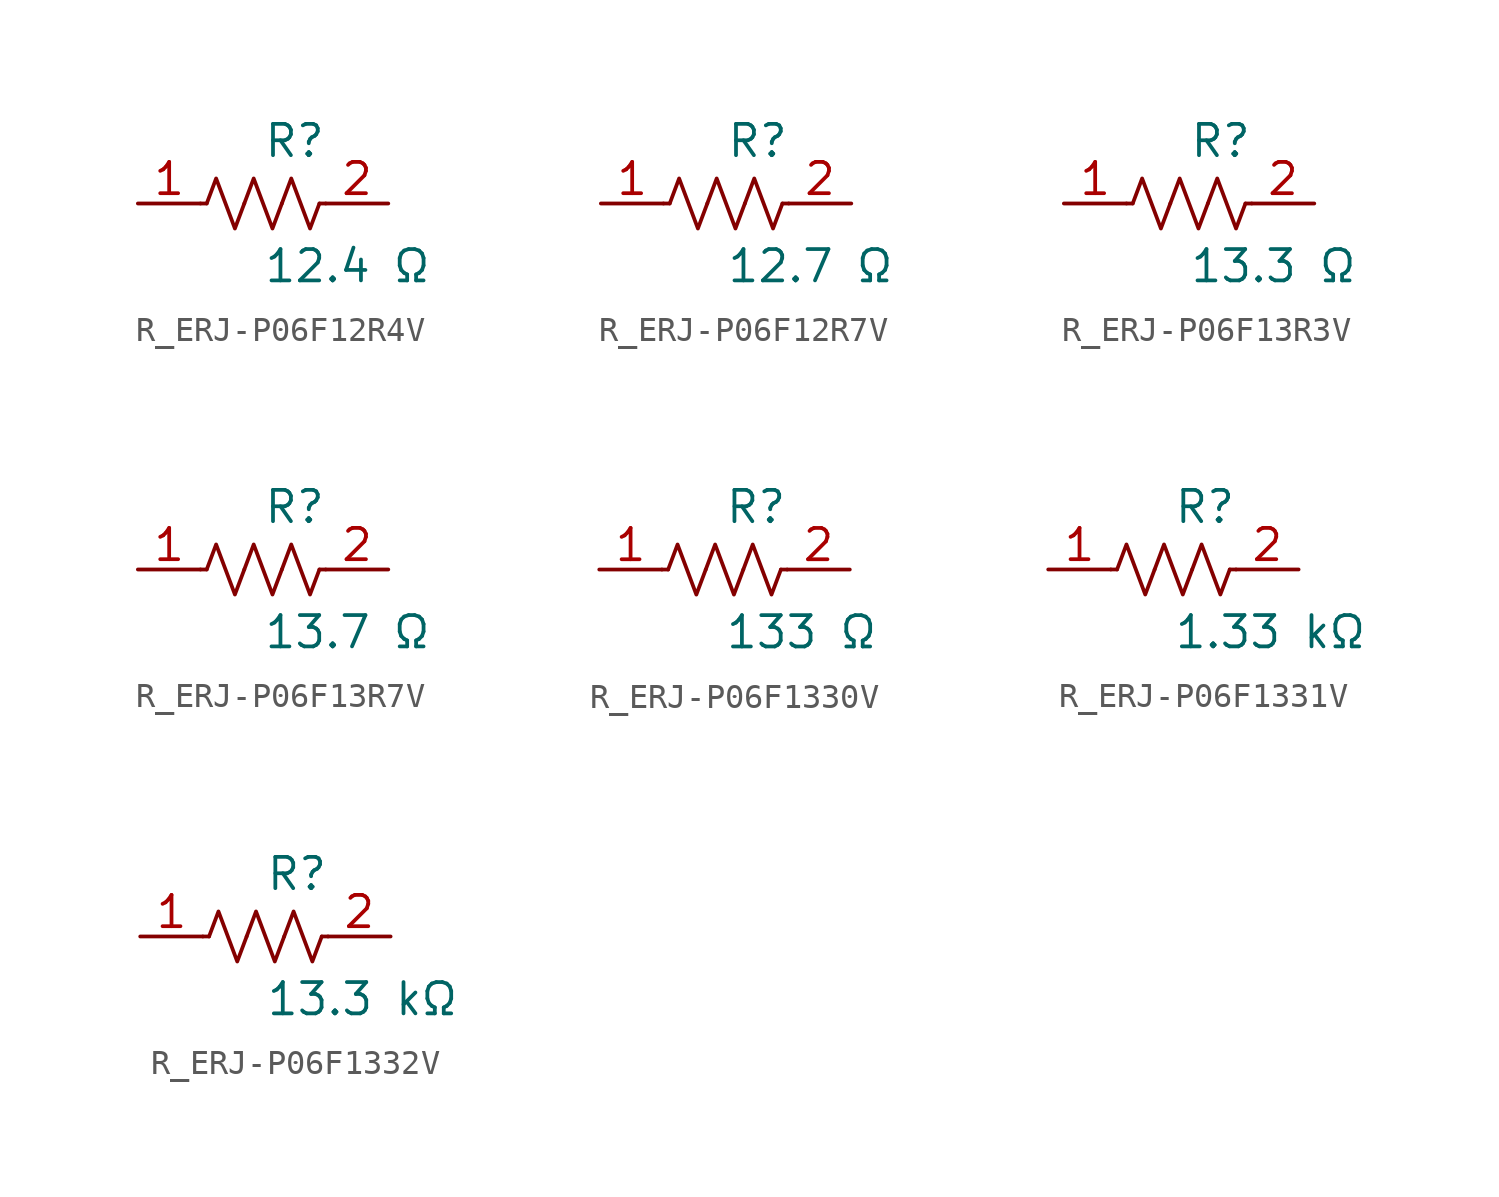
<source format=kicad_sym>
(kicad_symbol_lib
  (version 20231120)
  (generator kicad_symbol_editor)
  (generator_version 8.0)
  (symbol "R_ERJ-P06F12R4V"
    (pin_names
      (offset 0.254))
    (property "Reference" "R"
      (at 0.0 2.54 0)
      (effects (font (size 1.27 1.27)) (justify left)))
    (property "Value" "12.4 Ω"
      (at 0.0 -2.54 0)
      (effects (font (size 1.27 1.27)) (justify left)))
    (symbol "R_ERJ-P06F12R4V_0_1"
      (polyline (pts (xy 2.286 0) (xy 2.54 0)) (stroke (width 0) (type default)) (fill (type none)))
      (polyline (pts (xy -2.286 0) (xy -2.54 0)) (stroke (width 0) (type default)) (fill (type none)))
      (polyline (pts (xy 0.762 0) (xy 1.143 1.016) (xy 1.524 0) (xy 1.905 -1.016) (xy 2.286 0)) (stroke (width 0) (type default)) (fill (type none)))
      (polyline (pts (xy -0.762 0) (xy -0.381 1.016) (xy 0 0) (xy 0.381 -1.016) (xy 0.762 0)) (stroke (width 0) (type default)) (fill (type none)))
      (polyline (pts (xy -2.286 0) (xy -1.905 1.016) (xy -1.524 0) (xy -1.143 -1.016) (xy -0.762 0)) (stroke (width 0) (type default)) (fill (type none))))
    (pin unspecified line
      (at -5.08 0 0)
      (length 2.54)
      (name "" (effects (font (size 1.27 1.27))))
      (number "1" (effects (font (size 1.27 1.27)))))
    (pin unspecified line
      (at 5.08 0 180)
      (length 2.54)
      (name "" (effects (font (size 1.27 1.27))))
      (number "2" (effects (font (size 1.27 1.27))))))
  (symbol "R_ERJ-P06F12R7V"
    (pin_names
      (offset 0.254))
    (property "Reference" "R"
      (at 0.0 2.54 0)
      (effects (font (size 1.27 1.27)) (justify left)))
    (property "Value" "12.7 Ω"
      (at 0.0 -2.54 0)
      (effects (font (size 1.27 1.27)) (justify left)))
    (symbol "R_ERJ-P06F12R7V_0_1"
      (polyline (pts (xy 2.286 0) (xy 2.54 0)) (stroke (width 0) (type default)) (fill (type none)))
      (polyline (pts (xy -2.286 0) (xy -2.54 0)) (stroke (width 0) (type default)) (fill (type none)))
      (polyline (pts (xy 0.762 0) (xy 1.143 1.016) (xy 1.524 0) (xy 1.905 -1.016) (xy 2.286 0)) (stroke (width 0) (type default)) (fill (type none)))
      (polyline (pts (xy -0.762 0) (xy -0.381 1.016) (xy 0 0) (xy 0.381 -1.016) (xy 0.762 0)) (stroke (width 0) (type default)) (fill (type none)))
      (polyline (pts (xy -2.286 0) (xy -1.905 1.016) (xy -1.524 0) (xy -1.143 -1.016) (xy -0.762 0)) (stroke (width 0) (type default)) (fill (type none))))
    (pin unspecified line
      (at -5.08 0 0)
      (length 2.54)
      (name "" (effects (font (size 1.27 1.27))))
      (number "1" (effects (font (size 1.27 1.27)))))
    (pin unspecified line
      (at 5.08 0 180)
      (length 2.54)
      (name "" (effects (font (size 1.27 1.27))))
      (number "2" (effects (font (size 1.27 1.27))))))
  (symbol "R_ERJ-P06F13R3V"
    (pin_names
      (offset 0.254))
    (property "Reference" "R"
      (at 0.0 2.54 0)
      (effects (font (size 1.27 1.27)) (justify left)))
    (property "Value" "13.3 Ω"
      (at 0.0 -2.54 0)
      (effects (font (size 1.27 1.27)) (justify left)))
    (symbol "R_ERJ-P06F13R3V_0_1"
      (polyline (pts (xy 2.286 0) (xy 2.54 0)) (stroke (width 0) (type default)) (fill (type none)))
      (polyline (pts (xy -2.286 0) (xy -2.54 0)) (stroke (width 0) (type default)) (fill (type none)))
      (polyline (pts (xy 0.762 0) (xy 1.143 1.016) (xy 1.524 0) (xy 1.905 -1.016) (xy 2.286 0)) (stroke (width 0) (type default)) (fill (type none)))
      (polyline (pts (xy -0.762 0) (xy -0.381 1.016) (xy 0 0) (xy 0.381 -1.016) (xy 0.762 0)) (stroke (width 0) (type default)) (fill (type none)))
      (polyline (pts (xy -2.286 0) (xy -1.905 1.016) (xy -1.524 0) (xy -1.143 -1.016) (xy -0.762 0)) (stroke (width 0) (type default)) (fill (type none))))
    (pin unspecified line
      (at -5.08 0 0)
      (length 2.54)
      (name "" (effects (font (size 1.27 1.27))))
      (number "1" (effects (font (size 1.27 1.27)))))
    (pin unspecified line
      (at 5.08 0 180)
      (length 2.54)
      (name "" (effects (font (size 1.27 1.27))))
      (number "2" (effects (font (size 1.27 1.27))))))
  (symbol "R_ERJ-P06F13R7V"
    (pin_names
      (offset 0.254))
    (property "Reference" "R"
      (at 0.0 2.54 0)
      (effects (font (size 1.27 1.27)) (justify left)))
    (property "Value" "13.7 Ω"
      (at 0.0 -2.54 0)
      (effects (font (size 1.27 1.27)) (justify left)))
    (symbol "R_ERJ-P06F13R7V_0_1"
      (polyline (pts (xy 2.286 0) (xy 2.54 0)) (stroke (width 0) (type default)) (fill (type none)))
      (polyline (pts (xy -2.286 0) (xy -2.54 0)) (stroke (width 0) (type default)) (fill (type none)))
      (polyline (pts (xy 0.762 0) (xy 1.143 1.016) (xy 1.524 0) (xy 1.905 -1.016) (xy 2.286 0)) (stroke (width 0) (type default)) (fill (type none)))
      (polyline (pts (xy -0.762 0) (xy -0.381 1.016) (xy 0 0) (xy 0.381 -1.016) (xy 0.762 0)) (stroke (width 0) (type default)) (fill (type none)))
      (polyline (pts (xy -2.286 0) (xy -1.905 1.016) (xy -1.524 0) (xy -1.143 -1.016) (xy -0.762 0)) (stroke (width 0) (type default)) (fill (type none))))
    (pin unspecified line
      (at -5.08 0 0)
      (length 2.54)
      (name "" (effects (font (size 1.27 1.27))))
      (number "1" (effects (font (size 1.27 1.27)))))
    (pin unspecified line
      (at 5.08 0 180)
      (length 2.54)
      (name "" (effects (font (size 1.27 1.27))))
      (number "2" (effects (font (size 1.27 1.27))))))
  (symbol "R_ERJ-P06F1330V"
    (pin_names
      (offset 0.254))
    (property "Reference" "R"
      (at 0.0 2.54 0)
      (effects (font (size 1.27 1.27)) (justify left)))
    (property "Value" "133 Ω"
      (at 0.0 -2.54 0)
      (effects (font (size 1.27 1.27)) (justify left)))
    (symbol "R_ERJ-P06F1330V_0_1"
      (polyline (pts (xy 2.286 0) (xy 2.54 0)) (stroke (width 0) (type default)) (fill (type none)))
      (polyline (pts (xy -2.286 0) (xy -2.54 0)) (stroke (width 0) (type default)) (fill (type none)))
      (polyline (pts (xy 0.762 0) (xy 1.143 1.016) (xy 1.524 0) (xy 1.905 -1.016) (xy 2.286 0)) (stroke (width 0) (type default)) (fill (type none)))
      (polyline (pts (xy -0.762 0) (xy -0.381 1.016) (xy 0 0) (xy 0.381 -1.016) (xy 0.762 0)) (stroke (width 0) (type default)) (fill (type none)))
      (polyline (pts (xy -2.286 0) (xy -1.905 1.016) (xy -1.524 0) (xy -1.143 -1.016) (xy -0.762 0)) (stroke (width 0) (type default)) (fill (type none))))
    (pin unspecified line
      (at -5.08 0 0)
      (length 2.54)
      (name "" (effects (font (size 1.27 1.27))))
      (number "1" (effects (font (size 1.27 1.27)))))
    (pin unspecified line
      (at 5.08 0 180)
      (length 2.54)
      (name "" (effects (font (size 1.27 1.27))))
      (number "2" (effects (font (size 1.27 1.27))))))
  (symbol "R_ERJ-P06F1331V"
    (pin_names
      (offset 0.254))
    (property "Reference" "R"
      (at 0.0 2.54 0)
      (effects (font (size 1.27 1.27)) (justify left)))
    (property "Value" "1.33 kΩ"
      (at 0.0 -2.54 0)
      (effects (font (size 1.27 1.27)) (justify left)))
    (symbol "R_ERJ-P06F1331V_0_1"
      (polyline (pts (xy 2.286 0) (xy 2.54 0)) (stroke (width 0) (type default)) (fill (type none)))
      (polyline (pts (xy -2.286 0) (xy -2.54 0)) (stroke (width 0) (type default)) (fill (type none)))
      (polyline (pts (xy 0.762 0) (xy 1.143 1.016) (xy 1.524 0) (xy 1.905 -1.016) (xy 2.286 0)) (stroke (width 0) (type default)) (fill (type none)))
      (polyline (pts (xy -0.762 0) (xy -0.381 1.016) (xy 0 0) (xy 0.381 -1.016) (xy 0.762 0)) (stroke (width 0) (type default)) (fill (type none)))
      (polyline (pts (xy -2.286 0) (xy -1.905 1.016) (xy -1.524 0) (xy -1.143 -1.016) (xy -0.762 0)) (stroke (width 0) (type default)) (fill (type none))))
    (pin unspecified line
      (at -5.08 0 0)
      (length 2.54)
      (name "" (effects (font (size 1.27 1.27))))
      (number "1" (effects (font (size 1.27 1.27)))))
    (pin unspecified line
      (at 5.08 0 180)
      (length 2.54)
      (name "" (effects (font (size 1.27 1.27))))
      (number "2" (effects (font (size 1.27 1.27))))))
  (symbol "R_ERJ-P06F1332V"
    (pin_names
      (offset 0.254))
    (property "Reference" "R"
      (at 0.0 2.54 0)
      (effects (font (size 1.27 1.27)) (justify left)))
    (property "Value" "13.3 kΩ"
      (at 0.0 -2.54 0)
      (effects (font (size 1.27 1.27)) (justify left)))
    (symbol "R_ERJ-P06F1332V_0_1"
      (polyline (pts (xy 2.286 0) (xy 2.54 0)) (stroke (width 0) (type default)) (fill (type none)))
      (polyline (pts (xy -2.286 0) (xy -2.54 0)) (stroke (width 0) (type default)) (fill (type none)))
      (polyline (pts (xy 0.762 0) (xy 1.143 1.016) (xy 1.524 0) (xy 1.905 -1.016) (xy 2.286 0)) (stroke (width 0) (type default)) (fill (type none)))
      (polyline (pts (xy -0.762 0) (xy -0.381 1.016) (xy 0 0) (xy 0.381 -1.016) (xy 0.762 0)) (stroke (width 0) (type default)) (fill (type none)))
      (polyline (pts (xy -2.286 0) (xy -1.905 1.016) (xy -1.524 0) (xy -1.143 -1.016) (xy -0.762 0)) (stroke (width 0) (type default)) (fill (type none))))
    (pin unspecified line
      (at -5.08 0 0)
      (length 2.54)
      (name "" (effects (font (size 1.27 1.27))))
      (number "1" (effects (font (size 1.27 1.27)))))
    (pin unspecified line
      (at 5.08 0 180)
      (length 2.54)
      (name "" (effects (font (size 1.27 1.27))))
      (number "2" (effects (font (size 1.27 1.27)))))))
</source>
